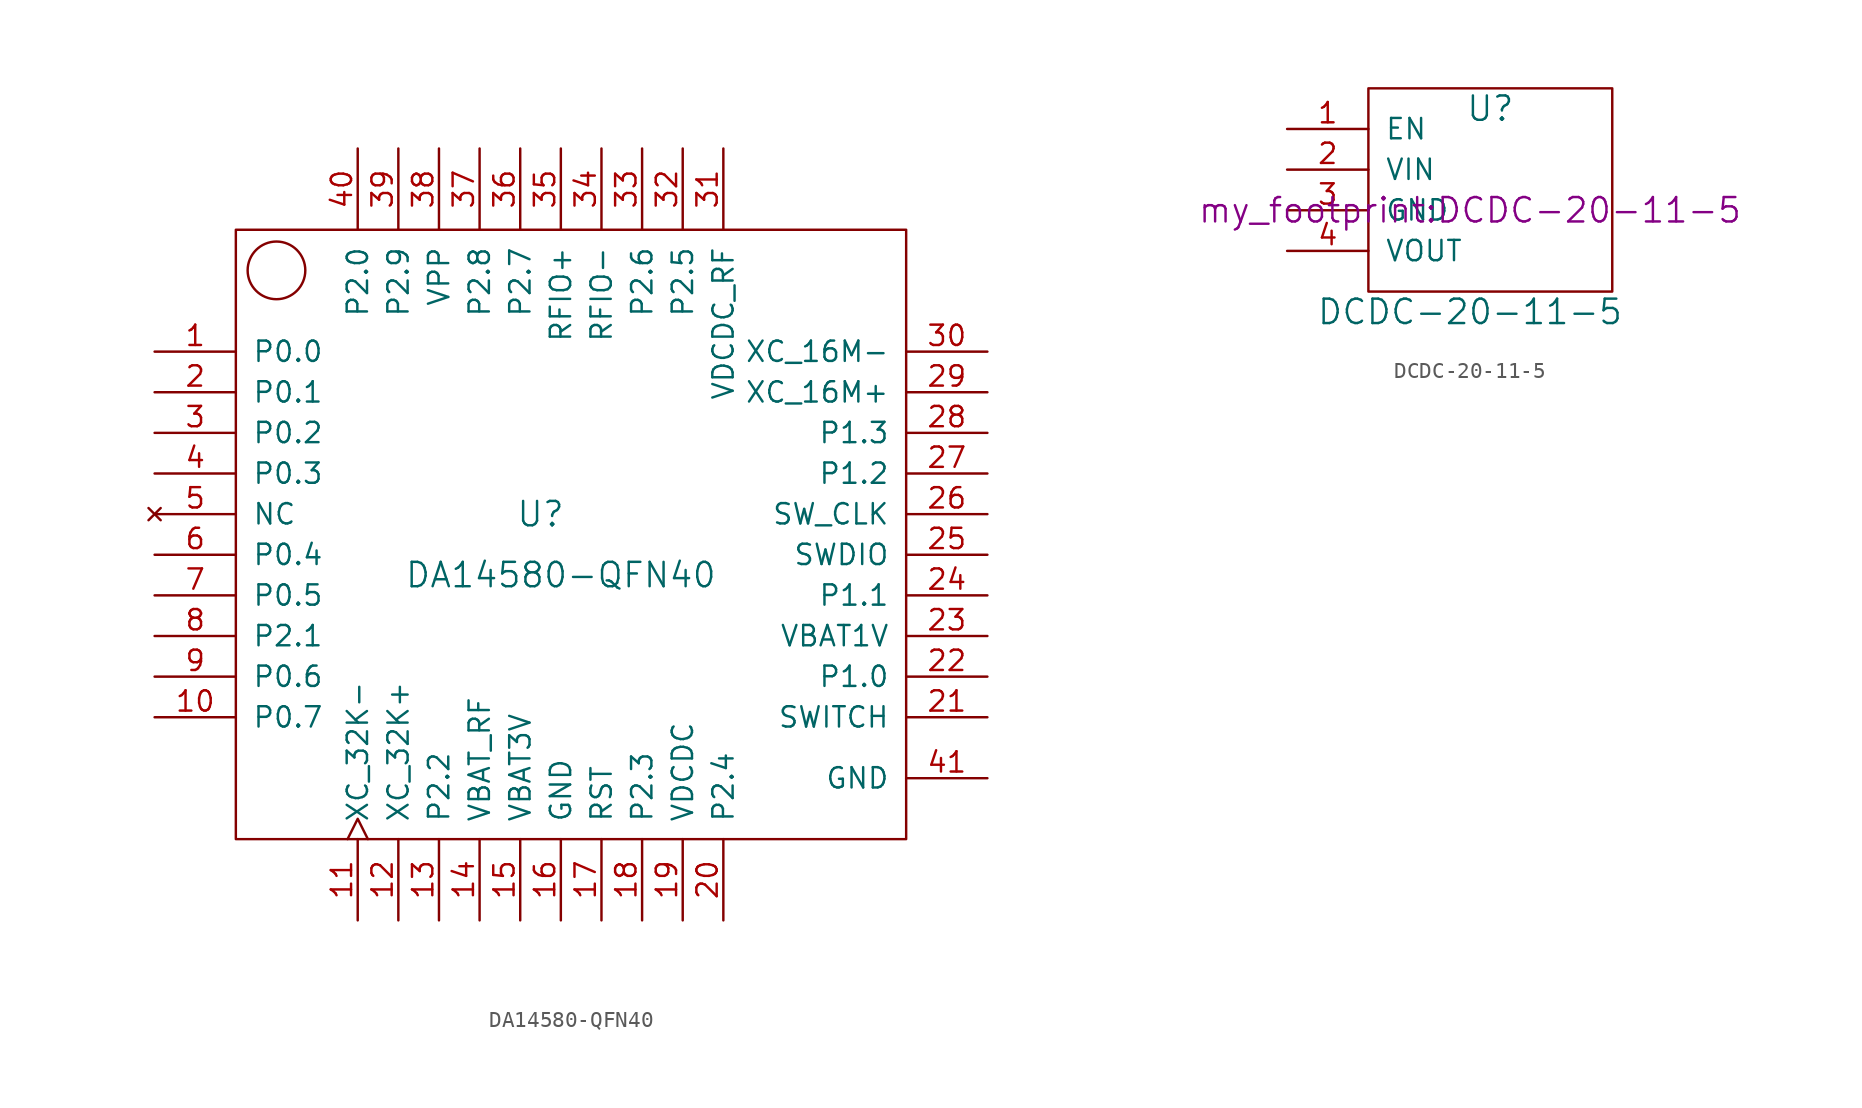
<source format=kicad_sym>
(kicad_symbol_lib
  (version 20220914)
  (generator kicad_symbol_editor)
  (symbol "DA14580-QFN40"
    (pin_names
      (offset 1.016))
    (property "Reference" "U"
      (at -2.54 1.27 0)
      (effects (font (size 1.524 1.524))))
    (property "Value" "DA14580-QFN40"
      (at -1.27 -2.54 0)
      (effects (font (size 1.524 1.524))))
    (property "Footprint" ""
      (at -2.54 1.27 0)
      (effects (font (size 1.524 1.524))))
    (property "Datasheet" ""
      (at -2.54 1.27 0)
      (effects (font (size 1.524 1.524))))
    (symbol "DA14580-QFN40_0_1"
      (rectangle (start -21.59 19.05) (end 20.32 -19.05) (stroke (width 0) (type default)) (fill (type none)))
      (circle (center -19.05 16.51) (radius 1.803) (stroke (width 0) (type default)) (fill (type none))))
    (symbol "DA14580-QFN40_1_1"
      (pin input line (at -26.67 11.43 0) (length 5.08) (name "P0.0" (effects (font (size 1.27 1.27)))) (number "1" (effects (font (size 1.27 1.27)))))
      (pin input line (at -26.67 -11.43 0) (length 5.08) (name "P0.7" (effects (font (size 1.27 1.27)))) (number "10" (effects (font (size 1.27 1.27)))))
      (pin input clock (at -13.97 -24.13 90) (length 5.08) (name "XC_32K-" (effects (font (size 1.27 1.27)))) (number "11" (effects (font (size 1.27 1.27)))))
      (pin input line (at -11.43 -24.13 90) (length 5.08) (name "XC_32K+" (effects (font (size 1.27 1.27)))) (number "12" (effects (font (size 1.27 1.27)))))
      (pin input line (at -8.89 -24.13 90) (length 5.08) (name "P2.2" (effects (font (size 1.27 1.27)))) (number "13" (effects (font (size 1.27 1.27)))))
      (pin input line (at -6.35 -24.13 90) (length 5.08) (name "VBAT_RF" (effects (font (size 1.27 1.27)))) (number "14" (effects (font (size 1.27 1.27)))))
      (pin input line (at -3.81 -24.13 90) (length 5.08) (name "VBAT3V" (effects (font (size 1.27 1.27)))) (number "15" (effects (font (size 1.27 1.27)))))
      (pin input line (at -1.27 -24.13 90) (length 5.08) (name "GND" (effects (font (size 1.27 1.27)))) (number "16" (effects (font (size 1.27 1.27)))))
      (pin input line (at 1.27 -24.13 90) (length 5.08) (name "RST" (effects (font (size 1.27 1.27)))) (number "17" (effects (font (size 1.27 1.27)))))
      (pin input line (at 3.81 -24.13 90) (length 5.08) (name "P2.3" (effects (font (size 1.27 1.27)))) (number "18" (effects (font (size 1.27 1.27)))))
      (pin input line (at 6.35 -24.13 90) (length 5.08) (name "VDCDC" (effects (font (size 1.27 1.27)))) (number "19" (effects (font (size 1.27 1.27)))))
      (pin input line (at -26.67 8.89 0) (length 5.08) (name "P0.1" (effects (font (size 1.27 1.27)))) (number "2" (effects (font (size 1.27 1.27)))))
      (pin input line (at 8.89 -24.13 90) (length 5.08) (name "P2.4" (effects (font (size 1.27 1.27)))) (number "20" (effects (font (size 1.27 1.27)))))
      (pin input line (at 25.4 -11.43 180) (length 5.08) (name "SWITCH" (effects (font (size 1.27 1.27)))) (number "21" (effects (font (size 1.27 1.27)))))
      (pin input line (at 25.4 -8.89 180) (length 5.08) (name "P1.0" (effects (font (size 1.27 1.27)))) (number "22" (effects (font (size 1.27 1.27)))))
      (pin input line (at 25.4 -6.35 180) (length 5.08) (name "VBAT1V" (effects (font (size 1.27 1.27)))) (number "23" (effects (font (size 1.27 1.27)))))
      (pin input line (at 25.4 -3.81 180) (length 5.08) (name "P1.1" (effects (font (size 1.27 1.27)))) (number "24" (effects (font (size 1.27 1.27)))))
      (pin input line (at 25.4 -1.27 180) (length 5.08) (name "SWDIO" (effects (font (size 1.27 1.27)))) (number "25" (effects (font (size 1.27 1.27)))))
      (pin input line (at 25.4 1.27 180) (length 5.08) (name "SW_CLK" (effects (font (size 1.27 1.27)))) (number "26" (effects (font (size 1.27 1.27)))))
      (pin input line (at 25.4 3.81 180) (length 5.08) (name "P1.2" (effects (font (size 1.27 1.27)))) (number "27" (effects (font (size 1.27 1.27)))))
      (pin input line (at 25.4 6.35 180) (length 5.08) (name "P1.3" (effects (font (size 1.27 1.27)))) (number "28" (effects (font (size 1.27 1.27)))))
      (pin input line (at 25.4 8.89 180) (length 5.08) (name "XC_16M+" (effects (font (size 1.27 1.27)))) (number "29" (effects (font (size 1.27 1.27)))))
      (pin input line (at -26.67 6.35 0) (length 5.08) (name "P0.2" (effects (font (size 1.27 1.27)))) (number "3" (effects (font (size 1.27 1.27)))))
      (pin input line (at 25.4 11.43 180) (length 5.08) (name "XC_16M-" (effects (font (size 1.27 1.27)))) (number "30" (effects (font (size 1.27 1.27)))))
      (pin input line (at 8.89 24.13 270) (length 5.08) (name "VDCDC_RF" (effects (font (size 1.27 1.27)))) (number "31" (effects (font (size 1.27 1.27)))))
      (pin input line (at 6.35 24.13 270) (length 5.08) (name "P2.5" (effects (font (size 1.27 1.27)))) (number "32" (effects (font (size 1.27 1.27)))))
      (pin input line (at 3.81 24.13 270) (length 5.08) (name "P2.6" (effects (font (size 1.27 1.27)))) (number "33" (effects (font (size 1.27 1.27)))))
      (pin input line (at 1.27 24.13 270) (length 5.08) (name "RFIO-" (effects (font (size 1.27 1.27)))) (number "34" (effects (font (size 1.27 1.27)))))
      (pin input line (at -1.27 24.13 270) (length 5.08) (name "RFIO+" (effects (font (size 1.27 1.27)))) (number "35" (effects (font (size 1.27 1.27)))))
      (pin input line (at -3.81 24.13 270) (length 5.08) (name "P2.7" (effects (font (size 1.27 1.27)))) (number "36" (effects (font (size 1.27 1.27)))))
      (pin input line (at -6.35 24.13 270) (length 5.08) (name "P2.8" (effects (font (size 1.27 1.27)))) (number "37" (effects (font (size 1.27 1.27)))))
      (pin input line (at -8.89 24.13 270) (length 5.08) (name "VPP" (effects (font (size 1.27 1.27)))) (number "38" (effects (font (size 1.27 1.27)))))
      (pin input line (at -11.43 24.13 270) (length 5.08) (name "P2.9" (effects (font (size 1.27 1.27)))) (number "39" (effects (font (size 1.27 1.27)))))
      (pin input line (at -26.67 3.81 0) (length 5.08) (name "P0.3" (effects (font (size 1.27 1.27)))) (number "4" (effects (font (size 1.27 1.27)))))
      (pin input line (at -13.97 24.13 270) (length 5.08) (name "P2.0" (effects (font (size 1.27 1.27)))) (number "40" (effects (font (size 1.27 1.27)))))
      (pin input line (at 25.4 -15.24 180) (length 5.08) (name "GND" (effects (font (size 1.27 1.27)))) (number "41" (effects (font (size 1.27 1.27)))))
      (pin no_connect line (at -26.67 1.27 0) (length 5.08) (name "NC" (effects (font (size 1.27 1.27)))) (number "5" (effects (font (size 1.27 1.27)))))
      (pin input line (at -26.67 -1.27 0) (length 5.08) (name "P0.4" (effects (font (size 1.27 1.27)))) (number "6" (effects (font (size 1.27 1.27)))))
      (pin input line (at -26.67 -3.81 0) (length 5.08) (name "P0.5" (effects (font (size 1.27 1.27)))) (number "7" (effects (font (size 1.27 1.27)))))
      (pin input line (at -26.67 -6.35 0) (length 5.08) (name "P2.1" (effects (font (size 1.27 1.27)))) (number "8" (effects (font (size 1.27 1.27)))))
      (pin input line (at -26.67 -8.89 0) (length 5.08) (name "P0.6" (effects (font (size 1.27 1.27)))) (number "9" (effects (font (size 1.27 1.27)))))))
  (symbol "DCDC-20-11-5"
    (pin_names
      (offset 1.016))
    (property "Reference" "U"
      (at 0 5.08 0)
      (effects (font (size 1.524 1.524))))
    (property "Value" "DCDC-20-11-5"
      (at -1.27 -7.62 0)
      (effects (font (size 1.524 1.524))))
    (property "Footprint" "my_footprint:DCDC-20-11-5"
      (at -1.27 -1.27 0)
      (effects (font (size 1.524 1.524))))
    (property "Datasheet" ""
      (at -1.27 -1.27 0)
      (effects (font (size 1.524 1.524))))
    (symbol "DCDC-20-11-5_0_1"
      (rectangle (start -7.62 6.35) (end 7.62 -6.35) (stroke (width 0) (type default)) (fill (type none))))
    (symbol "DCDC-20-11-5_1_1"
      (pin input line (at -12.7 3.81 0) (length 5.08) (name "EN" (effects (font (size 1.27 1.27)))) (number "1" (effects (font (size 1.27 1.27)))))
      (pin input line (at -12.7 1.27 0) (length 5.08) (name "VIN" (effects (font (size 1.27 1.27)))) (number "2" (effects (font (size 1.27 1.27)))))
      (pin input line (at -12.7 -1.27 0) (length 5.08) (name "GND" (effects (font (size 1.27 1.27)))) (number "3" (effects (font (size 1.27 1.27)))))
      (pin input line (at -12.7 -3.81 0) (length 5.08) (name "VOUT" (effects (font (size 1.27 1.27)))) (number "4" (effects (font (size 1.27 1.27))))))))
</source>
